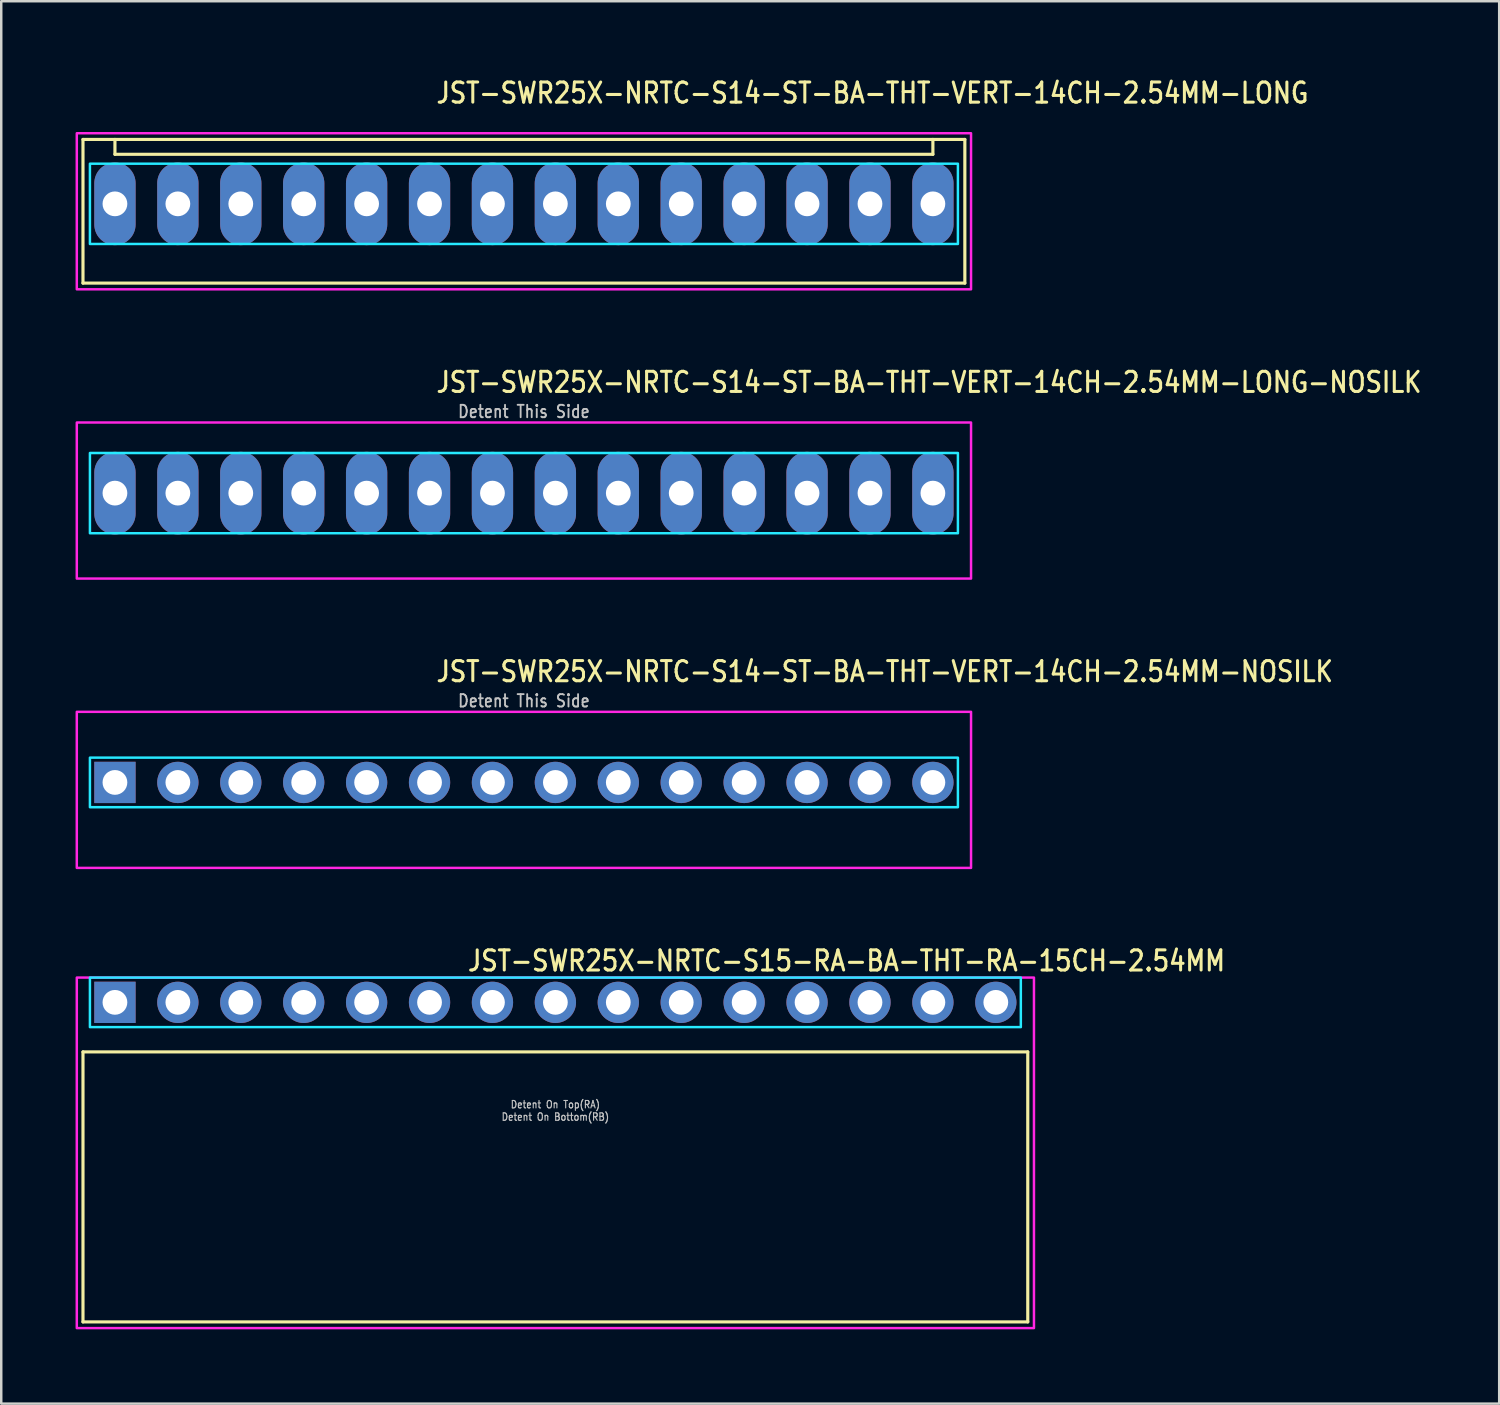
<source format=kicad_pcb>
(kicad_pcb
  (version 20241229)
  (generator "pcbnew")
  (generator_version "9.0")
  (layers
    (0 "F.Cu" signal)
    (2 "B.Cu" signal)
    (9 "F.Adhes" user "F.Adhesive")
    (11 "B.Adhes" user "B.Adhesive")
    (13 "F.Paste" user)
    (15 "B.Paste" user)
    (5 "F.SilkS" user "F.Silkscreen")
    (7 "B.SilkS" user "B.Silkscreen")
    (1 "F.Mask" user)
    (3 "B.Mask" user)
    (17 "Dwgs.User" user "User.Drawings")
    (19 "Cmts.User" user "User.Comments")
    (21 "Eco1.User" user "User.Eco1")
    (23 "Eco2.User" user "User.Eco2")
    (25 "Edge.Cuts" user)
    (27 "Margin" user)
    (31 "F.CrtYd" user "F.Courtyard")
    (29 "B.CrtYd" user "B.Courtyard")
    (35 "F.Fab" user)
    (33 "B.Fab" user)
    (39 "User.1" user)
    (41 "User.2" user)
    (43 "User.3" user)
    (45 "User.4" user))
  (footprint "JST-SWR25X-NRTC-S14-ST-BA-THT-VERT-14CH-2.54MM-LONG-NOSILK"
    (layer "F.Cu")
    (at 18.1 16.857)
    (property "Reference" "JST-SWR25X-NRTC-S14-ST-BA-THT-VERT-14CH-2.54MM-LONG-NOSILK" (at -3.6 -4 0) (unlocked yes) (layer "F.SilkS") (effects (font (size 0.813 0.695) (thickness 0.122)) (justify left bottom)))
    (fp_poly (pts (xy -17.52 -1.62) (xy -17.52 1.62) (xy 17.52 1.62) (xy 17.52 -1.62)) (stroke (width 0.1) (type solid)) (fill no) (layer "B.CrtYd"))
    (fp_poly (pts (xy -18.05 -2.85) (xy -18.05 3.45) (xy 18.05 3.45) (xy 18.05 -2.85)) (stroke (width 0.1) (type solid)) (fill no) (layer "F.CrtYd"))
    (fp_text user "Detent This Side" (at 0 -3 0) (unlocked yes) (layer "Dwgs.User") (effects (font (size 0.5 0.427) (thickness 0.075)) (justify bottom)))
    (pad "1" thru_hole oval (at -16.51 0 90) (size 3.333 1.667) (drill 1) (layers "*.Cu" "*.Mask"))
    (pad "2" thru_hole oval (at -13.97 0 90) (size 3.333 1.667) (drill 1) (layers "*.Cu" "*.Mask"))
    (pad "3" thru_hole oval (at -11.43 0 90) (size 3.333 1.667) (drill 1) (layers "*.Cu" "*.Mask"))
    (pad "4" thru_hole oval (at -8.89 0 90) (size 3.333 1.667) (drill 1) (layers "*.Cu" "*.Mask"))
    (pad "5" thru_hole oval (at -6.35 0 90) (size 3.333 1.667) (drill 1) (layers "*.Cu" "*.Mask"))
    (pad "6" thru_hole oval (at -3.81 0 90) (size 3.333 1.667) (drill 1) (layers "*.Cu" "*.Mask"))
    (pad "7" thru_hole oval (at -1.27 0 90) (size 3.333 1.667) (drill 1) (layers "*.Cu" "*.Mask"))
    (pad "8" thru_hole oval (at 1.27 0 90) (size 3.333 1.667) (drill 1) (layers "*.Cu" "*.Mask"))
    (pad "9" thru_hole oval (at 3.81 0 90) (size 3.333 1.667) (drill 1) (layers "*.Cu" "*.Mask"))
    (pad "10" thru_hole oval (at 6.35 0 90) (size 3.333 1.667) (drill 1) (layers "*.Cu" "*.Mask"))
    (pad "11" thru_hole oval (at 8.89 0 90) (size 3.333 1.667) (drill 1) (layers "*.Cu" "*.Mask"))
    (pad "12" thru_hole oval (at 11.43 0 90) (size 3.333 1.667) (drill 1) (layers "*.Cu" "*.Mask"))
    (pad "13" thru_hole oval (at 13.97 0 90) (size 3.333 1.667) (drill 1) (layers "*.Cu" "*.Mask"))
    (pad "14" thru_hole oval (at 16.51 0 90) (size 3.333 1.667) (drill 1) (layers "*.Cu" "*.Mask")))
  (footprint "JST-SWR25X-NRTC-S14-ST-BA-THT-VERT-14CH-2.54MM-NOSILK"
    (layer "F.Cu")
    (at 18.1 28.536)
    (property "Reference" "JST-SWR25X-NRTC-S14-ST-BA-THT-VERT-14CH-2.54MM-NOSILK" (at -3.6 -4 0) (unlocked yes) (layer "F.SilkS") (effects (font (size 0.813 0.695) (thickness 0.122)) (justify left bottom)))
    (fp_poly (pts (xy -17.52 -1) (xy -17.52 1) (xy 17.52 1) (xy 17.52 -1)) (stroke (width 0.1) (type solid)) (fill no) (layer "B.CrtYd"))
    (fp_poly (pts (xy -18.05 -2.85) (xy -18.05 3.45) (xy 18.05 3.45) (xy 18.05 -2.85)) (stroke (width 0.1) (type solid)) (fill no) (layer "F.CrtYd"))
    (fp_text user "Detent This Side" (at 0 -3 0) (unlocked yes) (layer "Dwgs.User") (effects (font (size 0.5 0.427) (thickness 0.075)) (justify bottom)))
    (pad "1" thru_hole rect (at -16.51 0) (size 1.667 1.667) (drill 1) (layers "*.Cu" "*.Mask"))
    (pad "2" thru_hole oval (at -13.97 0) (size 1.667 1.667) (drill 1) (layers "*.Cu" "*.Mask"))
    (pad "3" thru_hole oval (at -11.43 0) (size 1.667 1.667) (drill 1) (layers "*.Cu" "*.Mask"))
    (pad "4" thru_hole oval (at -8.89 0) (size 1.667 1.667) (drill 1) (layers "*.Cu" "*.Mask"))
    (pad "5" thru_hole oval (at -6.35 0) (size 1.667 1.667) (drill 1) (layers "*.Cu" "*.Mask"))
    (pad "6" thru_hole oval (at -3.81 0) (size 1.667 1.667) (drill 1) (layers "*.Cu" "*.Mask"))
    (pad "7" thru_hole oval (at -1.27 0) (size 1.667 1.667) (drill 1) (layers "*.Cu" "*.Mask"))
    (pad "8" thru_hole oval (at 1.27 0) (size 1.667 1.667) (drill 1) (layers "*.Cu" "*.Mask"))
    (pad "9" thru_hole oval (at 3.81 0) (size 1.667 1.667) (drill 1) (layers "*.Cu" "*.Mask"))
    (pad "10" thru_hole oval (at 6.35 0) (size 1.667 1.667) (drill 1) (layers "*.Cu" "*.Mask"))
    (pad "11" thru_hole oval (at 8.89 0) (size 1.667 1.667) (drill 1) (layers "*.Cu" "*.Mask"))
    (pad "12" thru_hole oval (at 11.43 0) (size 1.667 1.667) (drill 1) (layers "*.Cu" "*.Mask"))
    (pad "13" thru_hole oval (at 13.97 0) (size 1.667 1.667) (drill 1) (layers "*.Cu" "*.Mask"))
    (pad "14" thru_hole oval (at 16.51 0) (size 1.667 1.667) (drill 1) (layers "*.Cu" "*.Mask")))
  (footprint "JST-SWR25X-NRTC-S14-ST-BA-THT-VERT-14CH-2.54MM-LONG"
    (layer "F.Cu")
    (at 18.1 5.179)
    (property "Reference" "JST-SWR25X-NRTC-S14-ST-BA-THT-VERT-14CH-2.54MM-LONG" (at -3.6 -4 0) (unlocked yes) (layer "F.SilkS") (effects (font (size 0.813 0.695) (thickness 0.122)) (justify left bottom)))
    (fp_line (start -17.8 -2.6) (end 17.8 -2.6) (stroke (width 0.127) (type solid)) (layer "F.SilkS"))
    (fp_line (start -17.8 3.2) (end -17.8 -2.6) (stroke (width 0.127) (type solid)) (layer "F.SilkS"))
    (fp_line (start -17.8 3.2) (end 17.8 3.2) (stroke (width 0.127) (type solid)) (layer "F.SilkS"))
    (fp_line (start -16.51 -2.6) (end -16.51 -2) (stroke (width 0.127) (type solid)) (layer "F.SilkS"))
    (fp_line (start -16.51 -2) (end 16.51 -2) (stroke (width 0.127) (type solid)) (layer "F.SilkS"))
    (fp_line (start 16.51 -2.6) (end 16.51 -2) (stroke (width 0.127) (type solid)) (layer "F.SilkS"))
    (fp_line (start 17.8 -2.6) (end 17.8 3.2) (stroke (width 0.127) (type solid)) (layer "F.SilkS"))
    (fp_poly (pts (xy -17.52 -1.62) (xy -17.52 1.62) (xy 17.52 1.62) (xy 17.52 -1.62)) (stroke (width 0.1) (type solid)) (fill no) (layer "B.CrtYd"))
    (fp_poly (pts (xy -18.05 -2.85) (xy -18.05 3.45) (xy 18.05 3.45) (xy 18.05 -2.85)) (stroke (width 0.1) (type solid)) (fill no) (layer "F.CrtYd"))
    (pad "1" thru_hole oval (at -16.51 0 90) (size 3.333 1.667) (drill 1) (layers "*.Cu" "*.Mask"))
    (pad "2" thru_hole oval (at -13.97 0 90) (size 3.333 1.667) (drill 1) (layers "*.Cu" "*.Mask"))
    (pad "3" thru_hole oval (at -11.43 0 90) (size 3.333 1.667) (drill 1) (layers "*.Cu" "*.Mask"))
    (pad "4" thru_hole oval (at -8.89 0 90) (size 3.333 1.667) (drill 1) (layers "*.Cu" "*.Mask"))
    (pad "5" thru_hole oval (at -6.35 0 90) (size 3.333 1.667) (drill 1) (layers "*.Cu" "*.Mask"))
    (pad "6" thru_hole oval (at -3.81 0 90) (size 3.333 1.667) (drill 1) (layers "*.Cu" "*.Mask"))
    (pad "7" thru_hole oval (at -1.27 0 90) (size 3.333 1.667) (drill 1) (layers "*.Cu" "*.Mask"))
    (pad "8" thru_hole oval (at 1.27 0 90) (size 3.333 1.667) (drill 1) (layers "*.Cu" "*.Mask"))
    (pad "9" thru_hole oval (at 3.81 0 90) (size 3.333 1.667) (drill 1) (layers "*.Cu" "*.Mask"))
    (pad "10" thru_hole oval (at 6.35 0 90) (size 3.333 1.667) (drill 1) (layers "*.Cu" "*.Mask"))
    (pad "11" thru_hole oval (at 8.89 0 90) (size 3.333 1.667) (drill 1) (layers "*.Cu" "*.Mask"))
    (pad "12" thru_hole oval (at 11.43 0 90) (size 3.333 1.667) (drill 1) (layers "*.Cu" "*.Mask"))
    (pad "13" thru_hole oval (at 13.97 0 90) (size 3.333 1.667) (drill 1) (layers "*.Cu" "*.Mask"))
    (pad "14" thru_hole oval (at 16.51 0 90) (size 3.333 1.667) (drill 1) (layers "*.Cu" "*.Mask")))
  (footprint "JST-SWR25X-NRTC-S15-RA-BA-THT-RA-15CH-2.54MM"
    (layer "F.Cu")
    (at 19.37 37.414)
    (property "Reference" "JST-SWR25X-NRTC-S15-RA-BA-THT-RA-15CH-2.54MM" (at -3.6 -1.2 0) (unlocked yes) (layer "F.SilkS") (effects (font (size 0.813 0.695) (thickness 0.122)) (justify left bottom)))
    (fp_line (start -19.07 2) (end 19.07 2) (stroke (width 0.127) (type solid)) (layer "F.SilkS"))
    (fp_line (start -19.07 12.9) (end -19.07 2) (stroke (width 0.127) (type solid)) (layer "F.SilkS"))
    (fp_line (start -19.07 12.9) (end 19.07 12.9) (stroke (width 0.127) (type solid)) (layer "F.SilkS"))
    (fp_line (start 19.07 2) (end 19.07 12.9) (stroke (width 0.127) (type solid)) (layer "F.SilkS"))
    (fp_poly (pts (xy -18.79 -1) (xy -18.79 1) (xy 18.79 1) (xy 18.79 -1)) (stroke (width 0.1) (type solid)) (fill no) (layer "B.CrtYd"))
    (fp_poly (pts (xy -19.32 -1) (xy -19.32 13.15) (xy 19.32 13.15) (xy 19.32 -1)) (stroke (width 0.1) (type solid)) (fill no) (layer "F.CrtYd"))
    (fp_text user "Detent On Bottom(RB)" (at 0 4.8 0) (unlocked yes) (layer "Dwgs.User") (effects (font (size 0.3 0.257) (thickness 0.045)) (justify bottom)))
    (fp_text user "Detent On Top(RA)" (at 0 4.3 0) (unlocked yes) (layer "Dwgs.User") (effects (font (size 0.3 0.257) (thickness 0.045)) (justify bottom)))
    (pad "1" thru_hole rect (at -17.78 0) (size 1.667 1.667) (drill 1) (layers "*.Cu" "*.Mask"))
    (pad "2" thru_hole oval (at -15.24 0) (size 1.667 1.667) (drill 1) (layers "*.Cu" "*.Mask"))
    (pad "3" thru_hole oval (at -12.7 0) (size 1.667 1.667) (drill 1) (layers "*.Cu" "*.Mask"))
    (pad "4" thru_hole oval (at -10.16 0) (size 1.667 1.667) (drill 1) (layers "*.Cu" "*.Mask"))
    (pad "5" thru_hole oval (at -7.62 0) (size 1.667 1.667) (drill 1) (layers "*.Cu" "*.Mask"))
    (pad "6" thru_hole oval (at -5.08 0) (size 1.667 1.667) (drill 1) (layers "*.Cu" "*.Mask"))
    (pad "7" thru_hole oval (at -2.54 0) (size 1.667 1.667) (drill 1) (layers "*.Cu" "*.Mask"))
    (pad "8" thru_hole oval (at 0 0) (size 1.667 1.667) (drill 1) (layers "*.Cu" "*.Mask"))
    (pad "9" thru_hole oval (at 2.54 0) (size 1.667 1.667) (drill 1) (layers "*.Cu" "*.Mask"))
    (pad "10" thru_hole oval (at 5.08 0) (size 1.667 1.667) (drill 1) (layers "*.Cu" "*.Mask"))
    (pad "11" thru_hole oval (at 7.62 0) (size 1.667 1.667) (drill 1) (layers "*.Cu" "*.Mask"))
    (pad "12" thru_hole oval (at 10.16 0) (size 1.667 1.667) (drill 1) (layers "*.Cu" "*.Mask"))
    (pad "13" thru_hole oval (at 12.7 0) (size 1.667 1.667) (drill 1) (layers "*.Cu" "*.Mask"))
    (pad "14" thru_hole oval (at 15.24 0) (size 1.667 1.667) (drill 1) (layers "*.Cu" "*.Mask"))
    (pad "15" thru_hole oval (at 17.78 0) (size 1.667 1.667) (drill 1) (layers "*.Cu" "*.Mask")))
  (gr_rect
    (start -3 -3)
    (end 57.471 53.614)
    (stroke (width 0.1) (type default))
    (fill no)
    (layer "Edge.Cuts")))
</source>
